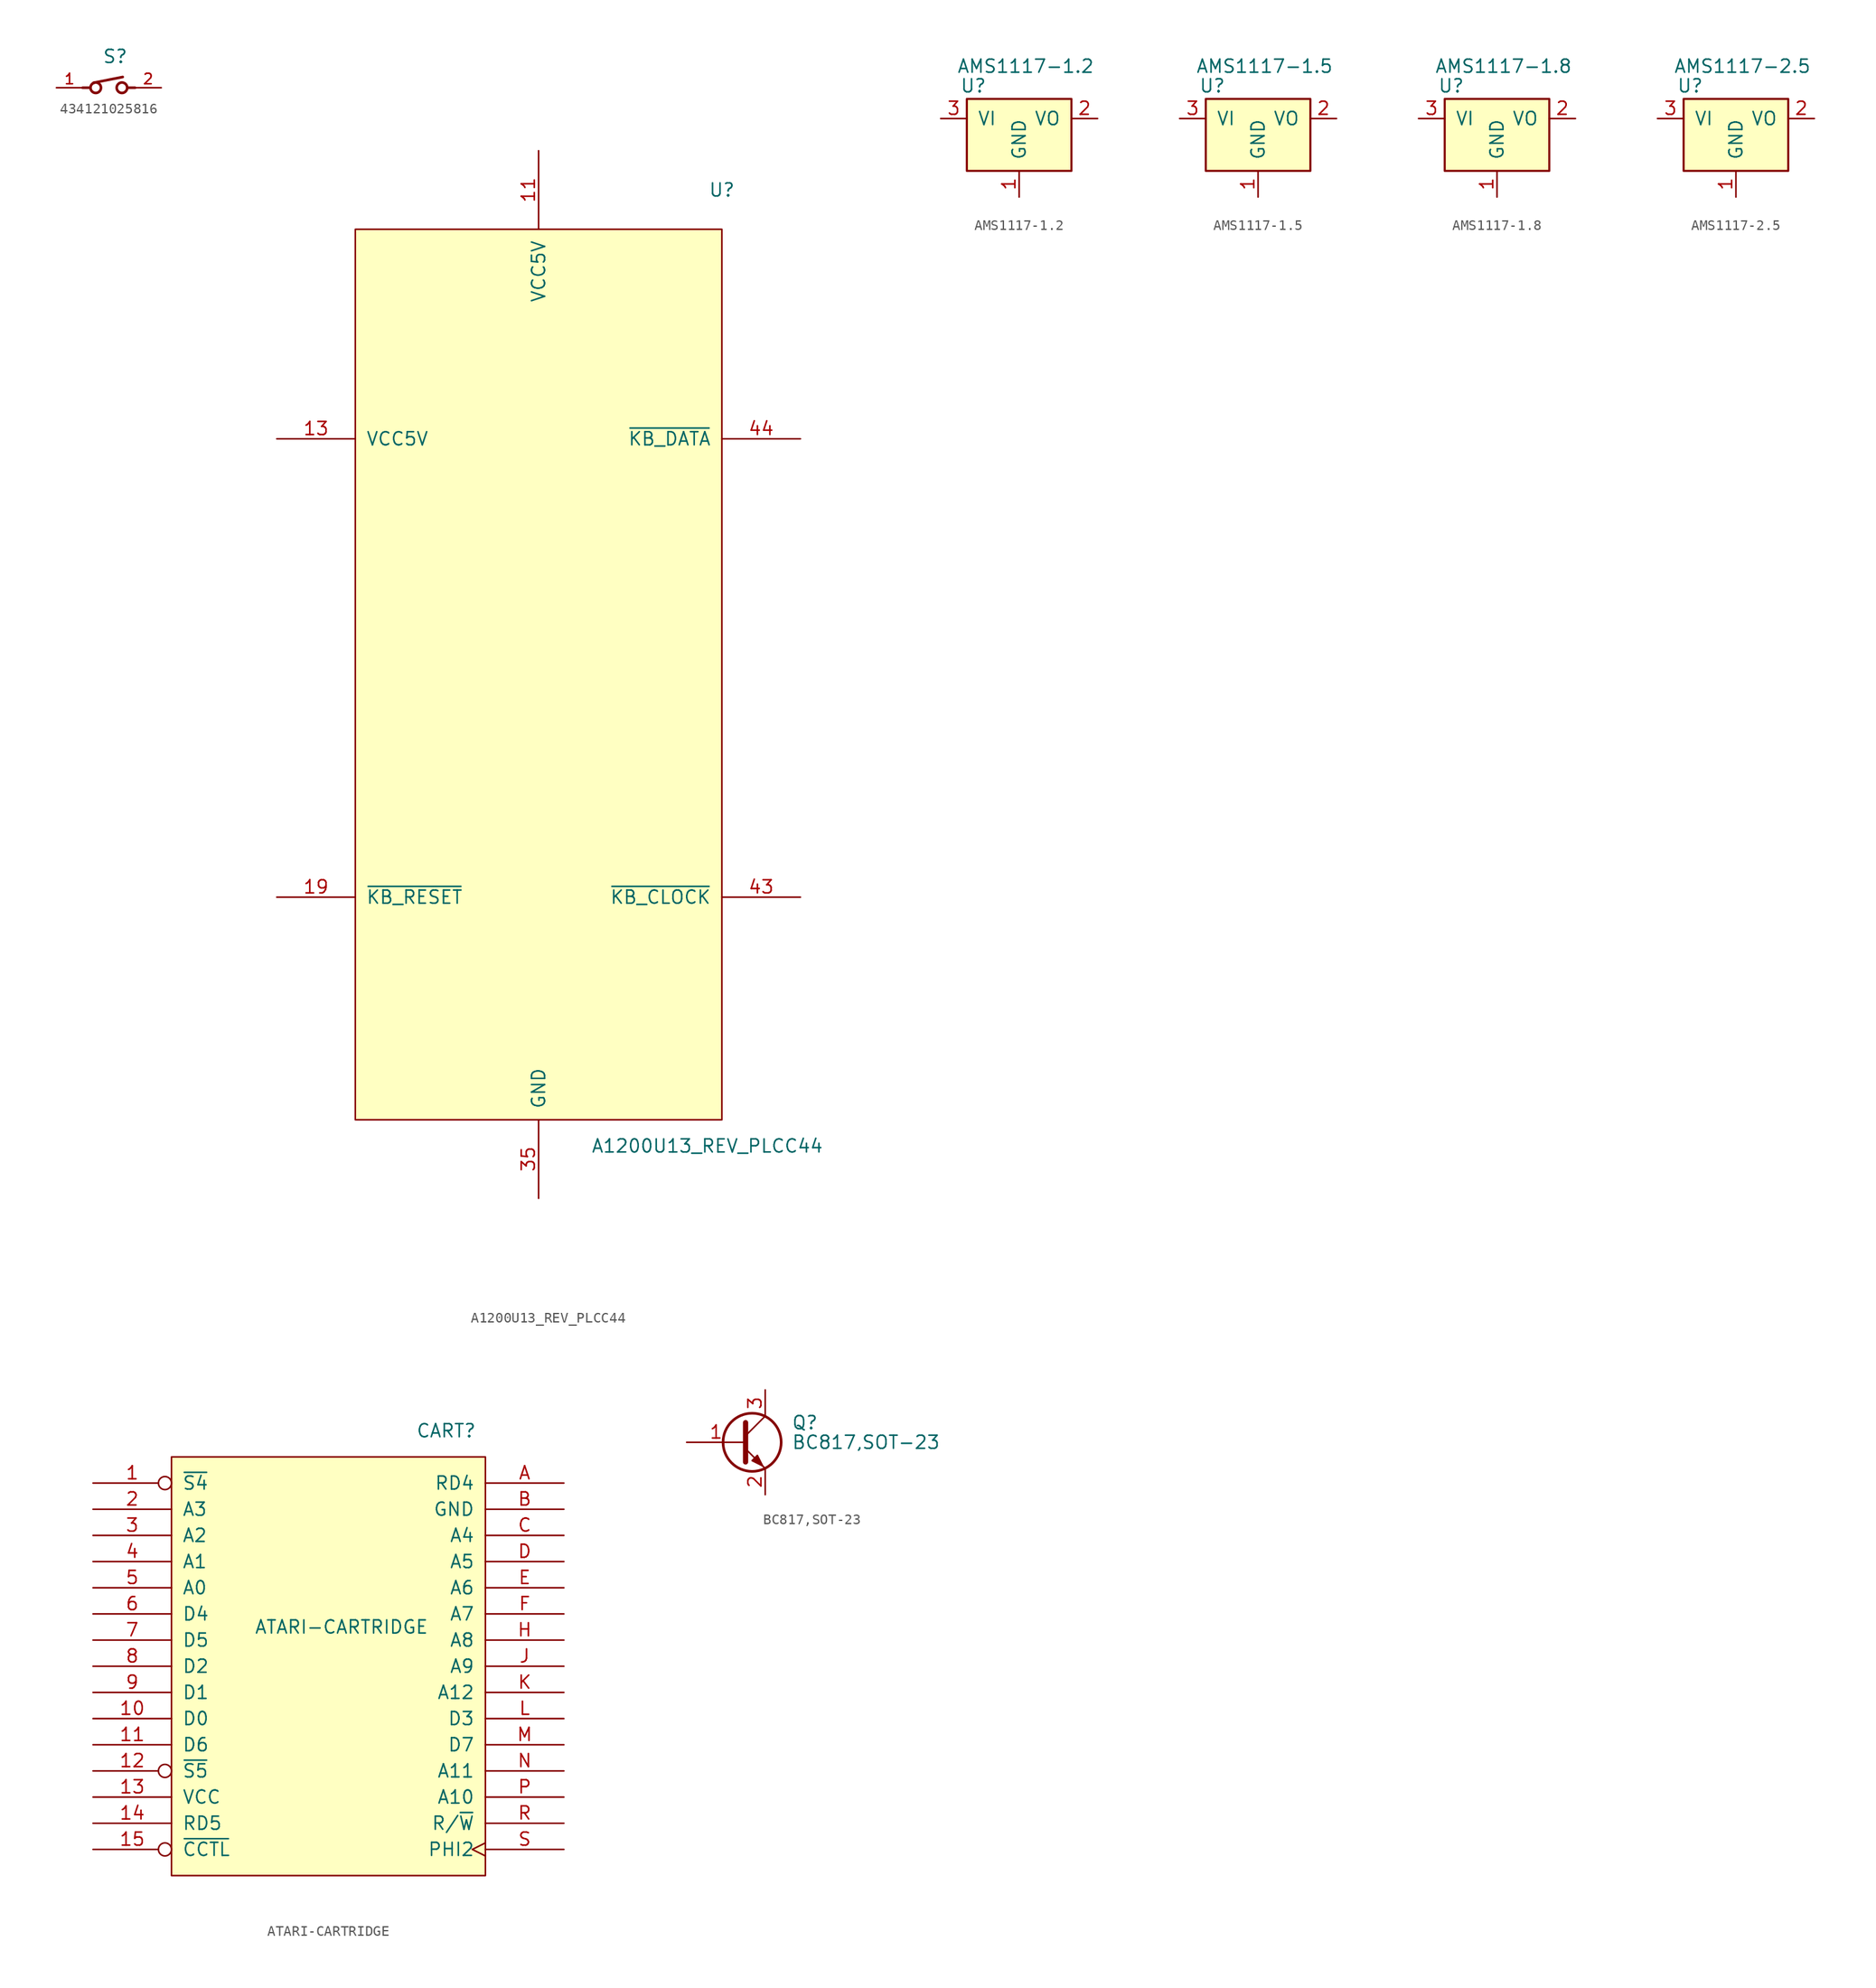
<source format=kicad_sym>
(kicad_symbol_lib
  (version 20241209)
  (generator "kicad_symbol_editor")
  (generator_version "9.0")
  (symbol "434121025816"
    (pin_names
      (offset 1.016)
      (hide yes))
    (property "Reference" "S"
      (at -0.635 2.286 0)
      (effects (font (size 1.27 1.27)) (justify left bottom)))
    (property "ki_locked" ""
      (at 0 0 0)
      (effects (font (size 1.27 1.27))))
    (symbol "434121025816_0_0"
      (polyline (pts (xy -2.54 0) (xy -1.803 0)) (stroke (width 0.254) (type solid)) (fill (type none)))
      (polyline (pts (xy -1.473 0.483) (xy 1.346 1.041)) (stroke (width 0.254) (type solid)) (fill (type none)))
      (circle (center -1.27 0) (radius 0.508) (stroke (width 0.254) (type solid)) (fill (type none)))
      (circle (center 1.27 0) (radius 0.508) (stroke (width 0.254) (type solid)) (fill (type none)))
      (polyline (pts (xy 1.803 0) (xy 2.54 0)) (stroke (width 0.254) (type solid)) (fill (type none)))
      (pin passive line (at -5.08 0 0) (length 2.54) (name "~" (effects (font (size 1.016 1.016)))) (number "1" (effects (font (size 1.016 1.016)))))
      (pin passive line (at 5.08 0 180) (length 2.54) (name "~" (effects (font (size 1.016 1.016)))) (number "2" (effects (font (size 1.016 1.016)))))))
  (symbol "A1200U13_REV_PLCC44"
    (pin_names
      (offset 1.016))
    (property "Reference" "U"
      (at 17.78 46.99 0)
      (effects (font (size 1.27 1.27))))
    (property "Value" "A1200U13_REV_PLCC44"
      (at 5.08 -45.72 0)
      (effects (font (size 1.27 1.27)) (justify left)))
    (property "Footprint" ""
      (at 0 0 0)
      (effects (font (size 1.524 1.524))))
    (property "Datasheet" ""
      (at 0 0 0)
      (effects (font (size 1.524 1.524))))
    (symbol "A1200U13_REV_PLCC44_0_1"
      (rectangle (start -17.78 -43.18) (end 17.78 43.18) (stroke (width 0) (type solid)) (fill (type background))))
    (symbol "A1200U13_REV_PLCC44_1_1"
      (pin power_in line (at -25.4 22.86 0) (length 7.62) (name "VCC5V" (effects (font (size 1.27 1.27)))) (number "13" (effects (font (size 1.27 1.27)))))
      (pin bidirectional line (at -25.4 -21.59 0) (length 7.62) (name "~{KB_RESET}" (effects (font (size 1.27 1.27)))) (number "19" (effects (font (size 1.27 1.27)))))
      (pin power_in line (at 0 50.8 270) (length 7.62) (name "VCC5V" (effects (font (size 1.27 1.27)))) (number "11" (effects (font (size 1.27 1.27)))))
      (pin power_in line (at 0 -50.8 90) (length 7.62) (name "GND" (effects (font (size 1.27 1.27)))) (number "35" (effects (font (size 1.27 1.27)))))
      (pin bidirectional line (at 25.4 22.86 180) (length 7.62) (name "~{KB_DATA}" (effects (font (size 1.27 1.27)))) (number "44" (effects (font (size 1.27 1.27)))))
      (pin bidirectional line (at 25.4 -21.59 180) (length 7.62) (name "~{KB_CLOCK}" (effects (font (size 1.27 1.27)))) (number "43" (effects (font (size 1.27 1.27)))))))
  (symbol "AMS1117-1.2"
    (pin_names
      (offset 1.016))
    (property "Reference" "U"
      (at -4.445 4.445 0)
      (effects (font (size 1.27 1.27))))
    (property "Value" "AMS1117-1.2"
      (at 0.635 6.35 0)
      (effects (font (size 1.27 1.27))))
    (symbol "AMS1117-1.2_0_1"
      (rectangle (start -5.08 3.175) (end 5.08 -3.81) (stroke (width 0.203) (type solid)) (fill (type background))))
    (symbol "AMS1117-1.2_1_1"
      (pin power_in line (at -7.62 1.27 0) (length 2.54) (name "VI" (effects (font (size 1.27 1.27)))) (number "3" (effects (font (size 1.27 1.27)))))
      (pin power_in line (at 0 -6.35 90) (length 2.54) (name "GND" (effects (font (size 1.27 1.27)))) (number "1" (effects (font (size 1.27 1.27)))))
      (pin power_out line (at 7.62 1.27 180) (length 2.54) (name "VO" (effects (font (size 1.27 1.27)))) (number "2" (effects (font (size 1.27 1.27)))))))
  (symbol "AMS1117-1.5"
    (pin_names
      (offset 1.016))
    (property "Reference" "U"
      (at -4.445 4.445 0)
      (effects (font (size 1.27 1.27))))
    (property "Value" "AMS1117-1.5"
      (at 0.635 6.35 0)
      (effects (font (size 1.27 1.27))))
    (symbol "AMS1117-1.5_0_1"
      (rectangle (start -5.08 3.175) (end 5.08 -3.81) (stroke (width 0.203) (type solid)) (fill (type background))))
    (symbol "AMS1117-1.5_1_1"
      (pin power_in line (at -7.62 1.27 0) (length 2.54) (name "VI" (effects (font (size 1.27 1.27)))) (number "3" (effects (font (size 1.27 1.27)))))
      (pin power_in line (at 0 -6.35 90) (length 2.54) (name "GND" (effects (font (size 1.27 1.27)))) (number "1" (effects (font (size 1.27 1.27)))))
      (pin power_out line (at 7.62 1.27 180) (length 2.54) (name "VO" (effects (font (size 1.27 1.27)))) (number "2" (effects (font (size 1.27 1.27)))))))
  (symbol "AMS1117-1.8"
    (pin_names
      (offset 1.016))
    (property "Reference" "U"
      (at -4.445 4.445 0)
      (effects (font (size 1.27 1.27))))
    (property "Value" "AMS1117-1.8"
      (at 0.635 6.35 0)
      (effects (font (size 1.27 1.27))))
    (symbol "AMS1117-1.8_0_1"
      (rectangle (start -5.08 3.175) (end 5.08 -3.81) (stroke (width 0.203) (type solid)) (fill (type background))))
    (symbol "AMS1117-1.8_1_1"
      (pin power_in line (at -7.62 1.27 0) (length 2.54) (name "VI" (effects (font (size 1.27 1.27)))) (number "3" (effects (font (size 1.27 1.27)))))
      (pin power_in line (at 0 -6.35 90) (length 2.54) (name "GND" (effects (font (size 1.27 1.27)))) (number "1" (effects (font (size 1.27 1.27)))))
      (pin power_out line (at 7.62 1.27 180) (length 2.54) (name "VO" (effects (font (size 1.27 1.27)))) (number "2" (effects (font (size 1.27 1.27)))))))
  (symbol "AMS1117-2.5"
    (pin_names
      (offset 1.016))
    (property "Reference" "U"
      (at -4.445 4.445 0)
      (effects (font (size 1.27 1.27))))
    (property "Value" "AMS1117-2.5"
      (at 0.635 6.35 0)
      (effects (font (size 1.27 1.27))))
    (symbol "AMS1117-2.5_0_1"
      (rectangle (start -5.08 3.175) (end 5.08 -3.81) (stroke (width 0.203) (type solid)) (fill (type background))))
    (symbol "AMS1117-2.5_1_1"
      (pin power_in line (at -7.62 1.27 0) (length 2.54) (name "VI" (effects (font (size 1.27 1.27)))) (number "3" (effects (font (size 1.27 1.27)))))
      (pin power_in line (at 0 -6.35 90) (length 2.54) (name "GND" (effects (font (size 1.27 1.27)))) (number "1" (effects (font (size 1.27 1.27)))))
      (pin power_out line (at 7.62 1.27 180) (length 2.54) (name "VO" (effects (font (size 1.27 1.27)))) (number "2" (effects (font (size 1.27 1.27)))))))
  (symbol "ATARI-CARTRIDGE"
    (pin_names
      (offset 1.016))
    (property "Reference" "CART"
      (at 11.43 21.59 0)
      (effects (font (size 1.27 1.27))))
    (property "Value" "ATARI-CARTRIDGE"
      (at 1.27 2.54 0)
      (effects (font (size 1.27 1.27))))
    (symbol "ATARI-CARTRIDGE_0_1"
      (rectangle (start -15.24 19.05) (end 15.24 -21.59) (stroke (width 0) (type solid)) (fill (type background))))
    (symbol "ATARI-CARTRIDGE_1_1"
      (pin input inverted (at -22.86 16.51 0) (length 7.62) (name "~{S4}" (effects (font (size 1.27 1.27)))) (number "1" (effects (font (size 1.27 1.27)))))
      (pin bidirectional line (at -22.86 13.97 0) (length 7.62) (name "A3" (effects (font (size 1.27 1.27)))) (number "2" (effects (font (size 1.27 1.27)))))
      (pin bidirectional line (at -22.86 11.43 0) (length 7.62) (name "A2" (effects (font (size 1.27 1.27)))) (number "3" (effects (font (size 1.27 1.27)))))
      (pin bidirectional line (at -22.86 8.89 0) (length 7.62) (name "A1" (effects (font (size 1.27 1.27)))) (number "4" (effects (font (size 1.27 1.27)))))
      (pin bidirectional line (at -22.86 6.35 0) (length 7.62) (name "A0" (effects (font (size 1.27 1.27)))) (number "5" (effects (font (size 1.27 1.27)))))
      (pin bidirectional line (at -22.86 3.81 0) (length 7.62) (name "D4" (effects (font (size 1.27 1.27)))) (number "6" (effects (font (size 1.27 1.27)))))
      (pin bidirectional line (at -22.86 1.27 0) (length 7.62) (name "D5" (effects (font (size 1.27 1.27)))) (number "7" (effects (font (size 1.27 1.27)))))
      (pin passive line (at -22.86 -1.27 0) (length 7.62) (name "D2" (effects (font (size 1.27 1.27)))) (number "8" (effects (font (size 1.27 1.27)))))
      (pin bidirectional line (at -22.86 -3.81 0) (length 7.62) (name "D1" (effects (font (size 1.27 1.27)))) (number "9" (effects (font (size 1.27 1.27)))))
      (pin bidirectional line (at -22.86 -6.35 0) (length 7.62) (name "D0" (effects (font (size 1.27 1.27)))) (number "10" (effects (font (size 1.27 1.27)))))
      (pin bidirectional line (at -22.86 -8.89 0) (length 7.62) (name "D6" (effects (font (size 1.27 1.27)))) (number "11" (effects (font (size 1.27 1.27)))))
      (pin input inverted (at -22.86 -11.43 0) (length 7.62) (name "~{S5}" (effects (font (size 1.27 1.27)))) (number "12" (effects (font (size 1.27 1.27)))))
      (pin power_in line (at -22.86 -13.97 0) (length 7.62) (name "VCC" (effects (font (size 1.27 1.27)))) (number "13" (effects (font (size 1.27 1.27)))))
      (pin input line (at -22.86 -16.51 0) (length 7.62) (name "RD5" (effects (font (size 1.27 1.27)))) (number "14" (effects (font (size 1.27 1.27)))))
      (pin bidirectional inverted (at -22.86 -19.05 0) (length 7.62) (name "~{CCTL}" (effects (font (size 1.27 1.27)))) (number "15" (effects (font (size 1.27 1.27)))))
      (pin bidirectional line (at 22.86 16.51 180) (length 7.62) (name "RD4" (effects (font (size 1.27 1.27)))) (number "A" (effects (font (size 1.27 1.27)))))
      (pin power_in line (at 22.86 13.97 180) (length 7.62) (name "GND" (effects (font (size 1.27 1.27)))) (number "B" (effects (font (size 1.27 1.27)))))
      (pin bidirectional line (at 22.86 11.43 180) (length 7.62) (name "A4" (effects (font (size 1.27 1.27)))) (number "C" (effects (font (size 1.27 1.27)))))
      (pin bidirectional line (at 22.86 8.89 180) (length 7.62) (name "A5" (effects (font (size 1.27 1.27)))) (number "D" (effects (font (size 1.27 1.27)))))
      (pin bidirectional line (at 22.86 6.35 180) (length 7.62) (name "A6" (effects (font (size 1.27 1.27)))) (number "E" (effects (font (size 1.27 1.27)))))
      (pin bidirectional line (at 22.86 3.81 180) (length 7.62) (name "A7" (effects (font (size 1.27 1.27)))) (number "F" (effects (font (size 1.27 1.27)))))
      (pin bidirectional line (at 22.86 1.27 180) (length 7.62) (name "A8" (effects (font (size 1.27 1.27)))) (number "H" (effects (font (size 1.27 1.27)))))
      (pin bidirectional line (at 22.86 -1.27 180) (length 7.62) (name "A9" (effects (font (size 1.27 1.27)))) (number "J" (effects (font (size 1.27 1.27)))))
      (pin bidirectional line (at 22.86 -3.81 180) (length 7.62) (name "A12" (effects (font (size 1.27 1.27)))) (number "K" (effects (font (size 1.27 1.27)))))
      (pin bidirectional line (at 22.86 -6.35 180) (length 7.62) (name "D3" (effects (font (size 1.27 1.27)))) (number "L" (effects (font (size 1.27 1.27)))))
      (pin bidirectional line (at 22.86 -8.89 180) (length 7.62) (name "D7" (effects (font (size 1.27 1.27)))) (number "M" (effects (font (size 1.27 1.27)))))
      (pin bidirectional line (at 22.86 -11.43 180) (length 7.62) (name "A11" (effects (font (size 1.27 1.27)))) (number "N" (effects (font (size 1.27 1.27)))))
      (pin bidirectional line (at 22.86 -13.97 180) (length 7.62) (name "A10" (effects (font (size 1.27 1.27)))) (number "P" (effects (font (size 1.27 1.27)))))
      (pin bidirectional line (at 22.86 -16.51 180) (length 7.62) (name "R/~{W}" (effects (font (size 1.27 1.27)))) (number "R" (effects (font (size 1.27 1.27)))))
      (pin output clock (at 22.86 -19.05 180) (length 7.62) (name "PHI2" (effects (font (size 1.27 1.27)))) (number "S" (effects (font (size 1.27 1.27)))))))
  (symbol "BC817,SOT-23"
    (pin_names
      (offset 0)
      (hide yes))
    (property "Reference" "Q"
      (at 5.08 1.905 0)
      (effects (font (size 1.27 1.27)) (justify left)))
    (property "Value" "BC817,SOT-23"
      (at 5.08 0 0)
      (effects (font (size 1.27 1.27)) (justify left)))
    (symbol "BC817,SOT-23_0_1"
      (polyline (pts (xy 0.635 1.905) (xy 0.635 -1.905) (xy 0.635 -1.905)) (stroke (width 0.508) (type solid)) (fill (type none)))
      (polyline (pts (xy 0.635 0.635) (xy 2.54 2.54)) (stroke (width 0) (type solid)) (fill (type none)))
      (polyline (pts (xy 0.635 -0.635) (xy 2.54 -2.54) (xy 2.54 -2.54)) (stroke (width 0) (type solid)) (fill (type none)))
      (circle (center 1.27 0) (radius 2.819) (stroke (width 0.254) (type solid)) (fill (type none)))
      (polyline (pts (xy 1.27 -1.778) (xy 1.778 -1.27) (xy 2.286 -2.286) (xy 1.27 -1.778) (xy 1.27 -1.778)) (stroke (width 0) (type solid)) (fill (type outline))))
    (symbol "BC817,SOT-23_1_1"
      (pin input line (at -5.08 0 0) (length 5.715) (name "B" (effects (font (size 1.27 1.27)))) (number "1" (effects (font (size 1.27 1.27)))))
      (pin passive line (at 2.54 5.08 270) (length 2.54) (name "C" (effects (font (size 1.27 1.27)))) (number "3" (effects (font (size 1.27 1.27)))))
      (pin passive line (at 2.54 -5.08 90) (length 2.54) (name "E" (effects (font (size 1.27 1.27)))) (number "2" (effects (font (size 1.27 1.27))))))))
</source>
